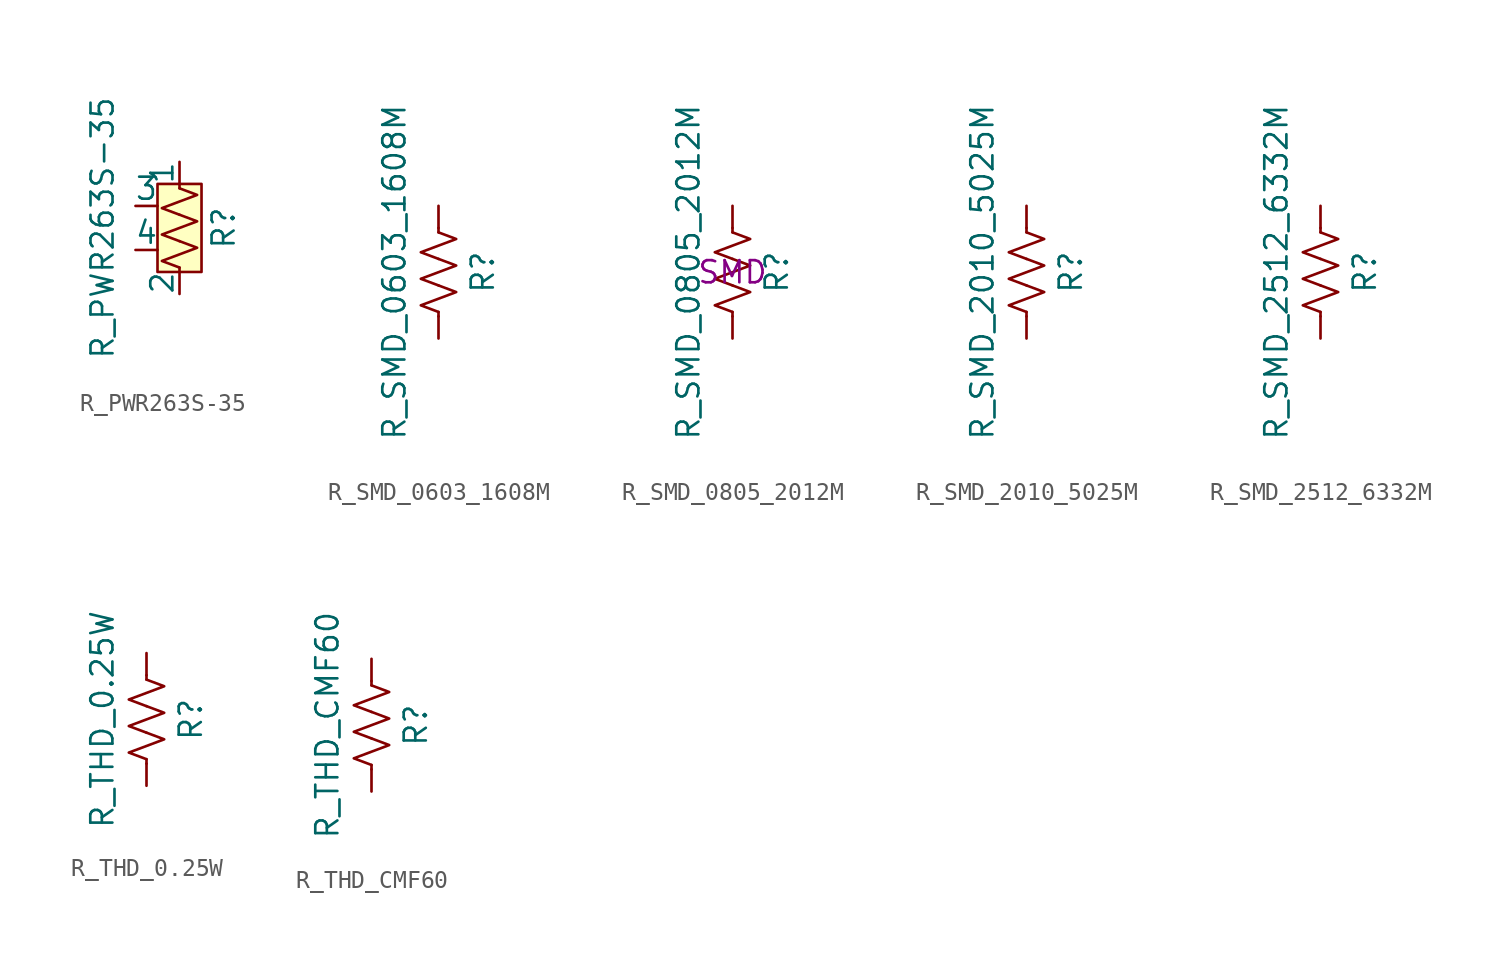
<source format=kicad_sym>
(kicad_symbol_lib
  (version 20241209)
  (generator "kicad_symbol_editor")
  (generator_version "9.0")
  (symbol "R_PWR263S-35"
    (pin_numbers
      (hide yes))
    (pin_names
      (offset 0))
    (property "Reference" "R"
      (at 2.54 0 90)
      (effects (font (size 1.27 1.27))))
    (property "Value" "R_PWR263S-35"
      (at -4.445 0 90)
      (effects (font (size 1.27 1.27))))
    (symbol "R_PWR263S-35_0_1"
      (rectangle (start -1.27 2.54) (end 1.27 -2.54) (stroke (width 0) (type default)) (fill (type background)))
      (polyline (pts (xy 0 2.286) (xy 0 2.54)) (stroke (width 0) (type default)) (fill (type none)))
      (polyline (pts (xy 0 2.286) (xy 1.016 1.905) (xy 0 1.524) (xy -1.016 1.143) (xy 0 0.762)) (stroke (width 0) (type default)) (fill (type none)))
      (polyline (pts (xy 0 0.762) (xy 1.016 0.381) (xy 0 0) (xy -1.016 -0.381) (xy 0 -0.762)) (stroke (width 0) (type default)) (fill (type none)))
      (polyline (pts (xy 0 -0.762) (xy 1.016 -1.143) (xy 0 -1.524) (xy -1.016 -1.905) (xy 0 -2.286)) (stroke (width 0) (type default)) (fill (type none)))
      (polyline (pts (xy 0 -2.286) (xy 0 -2.54)) (stroke (width 0) (type default)) (fill (type none))))
    (symbol "R_PWR263S-35_1_1"
      (pin passive line (at -2.54 1.27 0) (length 1.27) (name "3" (effects (font (size 1.27 1.27)))) (number "3" (effects (font (size 1.27 1.27)))))
      (pin passive line (at -2.54 -1.27 0) (length 1.27) (name "4" (effects (font (size 1.27 1.27)))) (number "4" (effects (font (size 1.27 1.27)))))
      (pin passive line (at 0 3.81 270) (length 1.27) (name "1" (effects (font (size 1.27 1.27)))) (number "1" (effects (font (size 1.27 1.27)))))
      (pin passive line (at 0 -3.81 90) (length 1.27) (name "2" (effects (font (size 1.27 1.27)))) (number "2" (effects (font (size 1.27 1.27)))))))
  (symbol "R_SMD_0603_1608M"
    (pin_numbers
      (hide yes))
    (pin_names
      (offset 0))
    (property "Reference" "R"
      (at 2.54 0 90)
      (effects (font (size 1.27 1.27))))
    (property "Value" "R_SMD_0603_1608M"
      (at -2.54 0 90)
      (effects (font (size 1.27 1.27))))
    (symbol "R_SMD_0603_1608M_0_1"
      (polyline (pts (xy 0 2.286) (xy 0 2.54)) (stroke (width 0) (type default)) (fill (type none)))
      (polyline (pts (xy 0 2.286) (xy 1.016 1.905) (xy 0 1.524) (xy -1.016 1.143) (xy 0 0.762)) (stroke (width 0) (type default)) (fill (type none)))
      (polyline (pts (xy 0 0.762) (xy 1.016 0.381) (xy 0 0) (xy -1.016 -0.381) (xy 0 -0.762)) (stroke (width 0) (type default)) (fill (type none)))
      (polyline (pts (xy 0 -0.762) (xy 1.016 -1.143) (xy 0 -1.524) (xy -1.016 -1.905) (xy 0 -2.286)) (stroke (width 0) (type default)) (fill (type none)))
      (polyline (pts (xy 0 -2.286) (xy 0 -2.54)) (stroke (width 0) (type default)) (fill (type none))))
    (symbol "R_SMD_0603_1608M_1_1"
      (pin passive line (at 0 3.81 270) (length 1.27) (name "~" (effects (font (size 1.27 1.27)))) (number "1" (effects (font (size 1.27 1.27)))))
      (pin passive line (at 0 -3.81 90) (length 1.27) (name "~" (effects (font (size 1.27 1.27)))) (number "2" (effects (font (size 1.27 1.27)))))))
  (symbol "R_SMD_0805_2012M"
    (pin_numbers
      (hide yes))
    (pin_names
      (offset 0))
    (property "Reference" "R"
      (at 2.54 0 90)
      (effects (font (size 1.27 1.27))))
    (property "Value" "R_SMD_0805_2012M"
      (at -2.54 0 90)
      (effects (font (size 1.27 1.27))))
    (property "Type" "SMD"
      (at 0 0 0)
      (effects (font (size 1.27 1.27))))
    (symbol "R_SMD_0805_2012M_0_1"
      (polyline (pts (xy 0 2.286) (xy 0 2.54)) (stroke (width 0) (type default)) (fill (type none)))
      (polyline (pts (xy 0 2.286) (xy 1.016 1.905) (xy 0 1.524) (xy -1.016 1.143) (xy 0 0.762)) (stroke (width 0) (type default)) (fill (type none)))
      (polyline (pts (xy 0 0.762) (xy 1.016 0.381) (xy 0 0) (xy -1.016 -0.381) (xy 0 -0.762)) (stroke (width 0) (type default)) (fill (type none)))
      (polyline (pts (xy 0 -0.762) (xy 1.016 -1.143) (xy 0 -1.524) (xy -1.016 -1.905) (xy 0 -2.286)) (stroke (width 0) (type default)) (fill (type none)))
      (polyline (pts (xy 0 -2.286) (xy 0 -2.54)) (stroke (width 0) (type default)) (fill (type none))))
    (symbol "R_SMD_0805_2012M_1_1"
      (pin passive line (at 0 3.81 270) (length 1.27) (name "~" (effects (font (size 1.27 1.27)))) (number "1" (effects (font (size 1.27 1.27)))))
      (pin passive line (at 0 -3.81 90) (length 1.27) (name "~" (effects (font (size 1.27 1.27)))) (number "2" (effects (font (size 1.27 1.27)))))))
  (symbol "R_SMD_2010_5025M"
    (pin_numbers
      (hide yes))
    (pin_names
      (offset 0))
    (property "Reference" "R"
      (at 2.54 0 90)
      (effects (font (size 1.27 1.27))))
    (property "Value" "R_SMD_2010_5025M"
      (at -2.54 0 90)
      (effects (font (size 1.27 1.27))))
    (symbol "R_SMD_2010_5025M_0_1"
      (polyline (pts (xy 0 2.286) (xy 0 2.54)) (stroke (width 0) (type default)) (fill (type none)))
      (polyline (pts (xy 0 2.286) (xy 1.016 1.905) (xy 0 1.524) (xy -1.016 1.143) (xy 0 0.762)) (stroke (width 0) (type default)) (fill (type none)))
      (polyline (pts (xy 0 0.762) (xy 1.016 0.381) (xy 0 0) (xy -1.016 -0.381) (xy 0 -0.762)) (stroke (width 0) (type default)) (fill (type none)))
      (polyline (pts (xy 0 -0.762) (xy 1.016 -1.143) (xy 0 -1.524) (xy -1.016 -1.905) (xy 0 -2.286)) (stroke (width 0) (type default)) (fill (type none)))
      (polyline (pts (xy 0 -2.286) (xy 0 -2.54)) (stroke (width 0) (type default)) (fill (type none))))
    (symbol "R_SMD_2010_5025M_1_1"
      (pin passive line (at 0 3.81 270) (length 1.27) (name "~" (effects (font (size 1.27 1.27)))) (number "1" (effects (font (size 1.27 1.27)))))
      (pin passive line (at 0 -3.81 90) (length 1.27) (name "~" (effects (font (size 1.27 1.27)))) (number "2" (effects (font (size 1.27 1.27)))))))
  (symbol "R_SMD_2512_6332M"
    (pin_numbers
      (hide yes))
    (pin_names
      (offset 0))
    (property "Reference" "R"
      (at 2.54 0 90)
      (effects (font (size 1.27 1.27))))
    (property "Value" "R_SMD_2512_6332M"
      (at -2.54 0 90)
      (effects (font (size 1.27 1.27))))
    (symbol "R_SMD_2512_6332M_0_1"
      (polyline (pts (xy 0 2.286) (xy 0 2.54)) (stroke (width 0) (type default)) (fill (type none)))
      (polyline (pts (xy 0 2.286) (xy 1.016 1.905) (xy 0 1.524) (xy -1.016 1.143) (xy 0 0.762)) (stroke (width 0) (type default)) (fill (type none)))
      (polyline (pts (xy 0 0.762) (xy 1.016 0.381) (xy 0 0) (xy -1.016 -0.381) (xy 0 -0.762)) (stroke (width 0) (type default)) (fill (type none)))
      (polyline (pts (xy 0 -0.762) (xy 1.016 -1.143) (xy 0 -1.524) (xy -1.016 -1.905) (xy 0 -2.286)) (stroke (width 0) (type default)) (fill (type none)))
      (polyline (pts (xy 0 -2.286) (xy 0 -2.54)) (stroke (width 0) (type default)) (fill (type none))))
    (symbol "R_SMD_2512_6332M_1_1"
      (pin passive line (at 0 3.81 270) (length 1.27) (name "~" (effects (font (size 1.27 1.27)))) (number "1" (effects (font (size 1.27 1.27)))))
      (pin passive line (at 0 -3.81 90) (length 1.27) (name "~" (effects (font (size 1.27 1.27)))) (number "2" (effects (font (size 1.27 1.27)))))))
  (symbol "R_THD_0.25W"
    (pin_numbers
      (hide yes))
    (pin_names
      (offset 0))
    (property "Reference" "R"
      (at 2.54 0 90)
      (effects (font (size 1.27 1.27))))
    (property "Value" "R_THD_0.25W"
      (at -2.54 0 90)
      (effects (font (size 1.27 1.27))))
    (symbol "R_THD_0.25W_0_1"
      (polyline (pts (xy 0 2.286) (xy 0 2.54)) (stroke (width 0) (type default)) (fill (type none)))
      (polyline (pts (xy 0 2.286) (xy 1.016 1.905) (xy 0 1.524) (xy -1.016 1.143) (xy 0 0.762)) (stroke (width 0) (type default)) (fill (type none)))
      (polyline (pts (xy 0 0.762) (xy 1.016 0.381) (xy 0 0) (xy -1.016 -0.381) (xy 0 -0.762)) (stroke (width 0) (type default)) (fill (type none)))
      (polyline (pts (xy 0 -0.762) (xy 1.016 -1.143) (xy 0 -1.524) (xy -1.016 -1.905) (xy 0 -2.286)) (stroke (width 0) (type default)) (fill (type none)))
      (polyline (pts (xy 0 -2.286) (xy 0 -2.54)) (stroke (width 0) (type default)) (fill (type none))))
    (symbol "R_THD_0.25W_1_1"
      (pin passive line (at 0 3.81 270) (length 1.27) (name "~" (effects (font (size 1.27 1.27)))) (number "1" (effects (font (size 1.27 1.27)))))
      (pin passive line (at 0 -3.81 90) (length 1.27) (name "~" (effects (font (size 1.27 1.27)))) (number "2" (effects (font (size 1.27 1.27)))))))
  (symbol "R_THD_CMF60"
    (pin_numbers
      (hide yes))
    (pin_names
      (offset 0))
    (property "Reference" "R"
      (at 2.54 0 90)
      (effects (font (size 1.27 1.27))))
    (property "Value" "R_THD_CMF60"
      (at -2.54 0 90)
      (effects (font (size 1.27 1.27))))
    (symbol "R_THD_CMF60_0_1"
      (polyline (pts (xy 0 2.286) (xy 0 2.54)) (stroke (width 0) (type default)) (fill (type none)))
      (polyline (pts (xy 0 2.286) (xy 1.016 1.905) (xy 0 1.524) (xy -1.016 1.143) (xy 0 0.762)) (stroke (width 0) (type default)) (fill (type none)))
      (polyline (pts (xy 0 0.762) (xy 1.016 0.381) (xy 0 0) (xy -1.016 -0.381) (xy 0 -0.762)) (stroke (width 0) (type default)) (fill (type none)))
      (polyline (pts (xy 0 -0.762) (xy 1.016 -1.143) (xy 0 -1.524) (xy -1.016 -1.905) (xy 0 -2.286)) (stroke (width 0) (type default)) (fill (type none)))
      (polyline (pts (xy 0 -2.286) (xy 0 -2.54)) (stroke (width 0) (type default)) (fill (type none))))
    (symbol "R_THD_CMF60_1_1"
      (pin passive line (at 0 3.81 270) (length 1.27) (name "~" (effects (font (size 1.27 1.27)))) (number "1" (effects (font (size 1.27 1.27)))))
      (pin passive line (at 0 -3.81 90) (length 1.27) (name "~" (effects (font (size 1.27 1.27)))) (number "2" (effects (font (size 1.27 1.27))))))))
</source>
